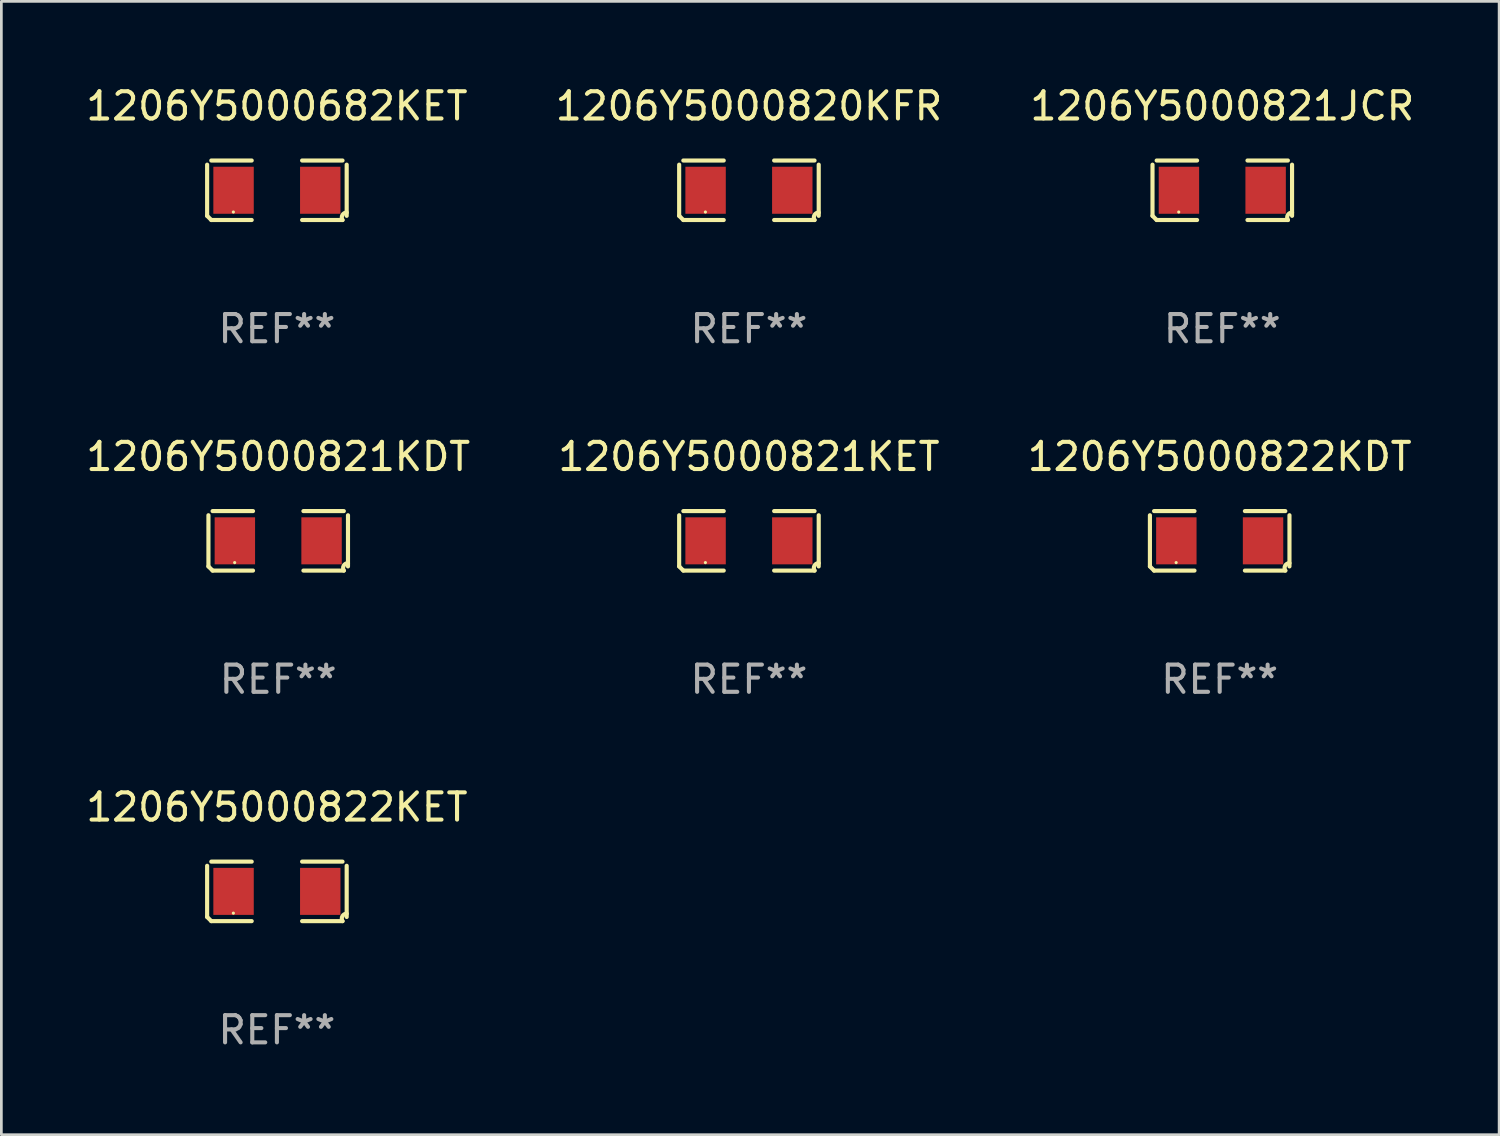
<source format=kicad_pcb>
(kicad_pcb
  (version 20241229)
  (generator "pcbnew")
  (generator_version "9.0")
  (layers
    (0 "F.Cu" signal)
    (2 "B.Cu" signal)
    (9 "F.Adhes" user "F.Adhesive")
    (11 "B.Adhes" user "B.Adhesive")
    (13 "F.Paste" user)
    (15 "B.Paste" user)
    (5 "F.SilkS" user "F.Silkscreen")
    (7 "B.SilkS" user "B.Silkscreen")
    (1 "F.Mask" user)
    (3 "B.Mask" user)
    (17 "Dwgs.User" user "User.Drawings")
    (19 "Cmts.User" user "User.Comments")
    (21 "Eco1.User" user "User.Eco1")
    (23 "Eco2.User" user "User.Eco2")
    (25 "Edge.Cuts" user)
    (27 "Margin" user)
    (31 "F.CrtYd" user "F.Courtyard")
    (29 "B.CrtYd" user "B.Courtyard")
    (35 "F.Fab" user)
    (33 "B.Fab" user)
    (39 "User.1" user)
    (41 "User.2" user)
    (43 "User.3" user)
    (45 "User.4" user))
  (footprint "1206Y5000821KET"
    (layer "F.Cu")
    (at 24.47 16.823)
    (property "Reference" "1206Y5000821KET" (at 0 -3.093 0) (layer "F.SilkS") (effects (font (size 1 1) (thickness 0.15))))
    (attr through_hole)
    (fp_line (start -2.564 0.94) (end -2.564 -0.94) (stroke (width 0.152) (type solid)) (layer "F.SilkS"))
    (fp_line (start -2.411 -1.093) (end -0.926 -1.093) (stroke (width 0.152) (type solid)) (layer "F.SilkS"))
    (fp_line (start -0.926 1.093) (end -2.411 1.093) (stroke (width 0.152) (type solid)) (layer "F.SilkS"))
    (fp_line (start 0.926 1.093) (end 2.411 1.093) (stroke (width 0.152) (type solid)) (layer "F.SilkS"))
    (fp_line (start 2.411 -1.093) (end 0.926 -1.093) (stroke (width 0.152) (type solid)) (layer "F.SilkS"))
    (fp_line (start 2.564 0.94) (end 2.564 -0.94) (stroke (width 0.152) (type solid)) (layer "F.SilkS"))
    (fp_arc (start -2.411201 1.092609) (mid -2.487413 1.01642) (end -2.563602 0.940208) (stroke (width 0.1524) (type solid)) (layer "F.SilkS"))
    (fp_arc (start 2.411201 1.092609) (mid 2.407159 0.911226) (end 2.563602 0.819347) (stroke (width 0.1524) (type solid)) (layer "F.SilkS"))
    (fp_circle (center -1.6 0.8) (end -1.57 0.8) (stroke (width 0.06) (type solid)) (fill no) (layer "F.SilkS"))
    (fp_text user "REF**" (at 0 5.093 0) (layer "F.Fab") (effects (font (size 1 1) (thickness 0.15))))
    (pad "1" smd rect (at -1.593 0) (size 1.485 1.728) (layers "F.Cu" "F.Mask" "F.Paste"))
    (pad "2" smd rect (at 1.593 0) (size 1.485 1.728) (layers "F.Cu" "F.Mask" "F.Paste")))
  (footprint "1206Y5000682KET"
    (layer "F.Cu")
    (at 7.125 3.941)
    (property "Reference" "1206Y5000682KET" (at 0 -3.093 0) (layer "F.SilkS") (effects (font (size 1 1) (thickness 0.15))))
    (attr through_hole)
    (fp_line (start -2.564 0.94) (end -2.564 -0.94) (stroke (width 0.152) (type solid)) (layer "F.SilkS"))
    (fp_line (start -2.411 -1.093) (end -0.926 -1.093) (stroke (width 0.152) (type solid)) (layer "F.SilkS"))
    (fp_line (start -0.926 1.093) (end -2.411 1.093) (stroke (width 0.152) (type solid)) (layer "F.SilkS"))
    (fp_line (start 0.926 1.093) (end 2.411 1.093) (stroke (width 0.152) (type solid)) (layer "F.SilkS"))
    (fp_line (start 2.411 -1.093) (end 0.926 -1.093) (stroke (width 0.152) (type solid)) (layer "F.SilkS"))
    (fp_line (start 2.564 0.94) (end 2.564 -0.94) (stroke (width 0.152) (type solid)) (layer "F.SilkS"))
    (fp_arc (start -2.411201 1.092609) (mid -2.487413 1.01642) (end -2.563602 0.940208) (stroke (width 0.1524) (type solid)) (layer "F.SilkS"))
    (fp_arc (start 2.411201 1.092609) (mid 2.407159 0.911226) (end 2.563602 0.819347) (stroke (width 0.1524) (type solid)) (layer "F.SilkS"))
    (fp_circle (center -1.6 0.8) (end -1.57 0.8) (stroke (width 0.06) (type solid)) (fill no) (layer "F.SilkS"))
    (fp_text user "REF**" (at 0 5.093 0) (layer "F.Fab") (effects (font (size 1 1) (thickness 0.15))))
    (pad "1" smd rect (at -1.593 0) (size 1.485 1.728) (layers "F.Cu" "F.Mask" "F.Paste"))
    (pad "2" smd rect (at 1.593 0) (size 1.485 1.728) (layers "F.Cu" "F.Mask" "F.Paste")))
  (footprint "1206Y5000820KFR"
    (layer "F.Cu")
    (at 24.47 3.941)
    (property "Reference" "1206Y5000820KFR" (at 0 -3.093 0) (layer "F.SilkS") (effects (font (size 1 1) (thickness 0.15))))
    (attr through_hole)
    (fp_line (start -2.564 0.94) (end -2.564 -0.94) (stroke (width 0.152) (type solid)) (layer "F.SilkS"))
    (fp_line (start -2.411 -1.093) (end -0.926 -1.093) (stroke (width 0.152) (type solid)) (layer "F.SilkS"))
    (fp_line (start -0.926 1.093) (end -2.411 1.093) (stroke (width 0.152) (type solid)) (layer "F.SilkS"))
    (fp_line (start 0.926 1.093) (end 2.411 1.093) (stroke (width 0.152) (type solid)) (layer "F.SilkS"))
    (fp_line (start 2.411 -1.093) (end 0.926 -1.093) (stroke (width 0.152) (type solid)) (layer "F.SilkS"))
    (fp_line (start 2.564 0.94) (end 2.564 -0.94) (stroke (width 0.152) (type solid)) (layer "F.SilkS"))
    (fp_arc (start -2.411201 1.092609) (mid -2.487413 1.01642) (end -2.563602 0.940208) (stroke (width 0.1524) (type solid)) (layer "F.SilkS"))
    (fp_arc (start 2.411201 1.092609) (mid 2.407159 0.911226) (end 2.563602 0.819347) (stroke (width 0.1524) (type solid)) (layer "F.SilkS"))
    (fp_circle (center -1.6 0.8) (end -1.57 0.8) (stroke (width 0.06) (type solid)) (fill no) (layer "F.SilkS"))
    (fp_text user "REF**" (at 0 5.093 0) (layer "F.Fab") (effects (font (size 1 1) (thickness 0.15))))
    (pad "1" smd rect (at -1.593 0) (size 1.485 1.728) (layers "F.Cu" "F.Mask" "F.Paste"))
    (pad "2" smd rect (at 1.593 0) (size 1.485 1.728) (layers "F.Cu" "F.Mask" "F.Paste")))
  (footprint "1206Y5000821KDT"
    (layer "F.Cu")
    (at 7.173 16.823)
    (property "Reference" "1206Y5000821KDT" (at 0 -3.093 0) (layer "F.SilkS") (effects (font (size 1 1) (thickness 0.15))))
    (attr through_hole)
    (fp_line (start -2.564 0.94) (end -2.564 -0.94) (stroke (width 0.152) (type solid)) (layer "F.SilkS"))
    (fp_line (start -2.411 -1.093) (end -0.926 -1.093) (stroke (width 0.152) (type solid)) (layer "F.SilkS"))
    (fp_line (start -0.926 1.093) (end -2.411 1.093) (stroke (width 0.152) (type solid)) (layer "F.SilkS"))
    (fp_line (start 0.926 1.093) (end 2.411 1.093) (stroke (width 0.152) (type solid)) (layer "F.SilkS"))
    (fp_line (start 2.411 -1.093) (end 0.926 -1.093) (stroke (width 0.152) (type solid)) (layer "F.SilkS"))
    (fp_line (start 2.564 0.94) (end 2.564 -0.94) (stroke (width 0.152) (type solid)) (layer "F.SilkS"))
    (fp_arc (start -2.411201 1.092609) (mid -2.487413 1.01642) (end -2.563602 0.940208) (stroke (width 0.1524) (type solid)) (layer "F.SilkS"))
    (fp_arc (start 2.411201 1.092609) (mid 2.407159 0.911226) (end 2.563602 0.819347) (stroke (width 0.1524) (type solid)) (layer "F.SilkS"))
    (fp_circle (center -1.6 0.8) (end -1.57 0.8) (stroke (width 0.06) (type solid)) (fill no) (layer "F.SilkS"))
    (fp_text user "REF**" (at 0 5.093 0) (layer "F.Fab") (effects (font (size 1 1) (thickness 0.15))))
    (pad "1" smd rect (at -1.593 0) (size 1.485 1.728) (layers "F.Cu" "F.Mask" "F.Paste"))
    (pad "2" smd rect (at 1.593 0) (size 1.485 1.728) (layers "F.Cu" "F.Mask" "F.Paste")))
  (footprint "1206Y5000821JCR"
    (layer "F.Cu")
    (at 41.863 3.941)
    (property "Reference" "1206Y5000821JCR" (at 0 -3.093 0) (layer "F.SilkS") (effects (font (size 1 1) (thickness 0.15))))
    (attr through_hole)
    (fp_line (start -2.564 0.94) (end -2.564 -0.94) (stroke (width 0.152) (type solid)) (layer "F.SilkS"))
    (fp_line (start -2.411 -1.093) (end -0.926 -1.093) (stroke (width 0.152) (type solid)) (layer "F.SilkS"))
    (fp_line (start -0.926 1.093) (end -2.411 1.093) (stroke (width 0.152) (type solid)) (layer "F.SilkS"))
    (fp_line (start 0.926 1.093) (end 2.411 1.093) (stroke (width 0.152) (type solid)) (layer "F.SilkS"))
    (fp_line (start 2.411 -1.093) (end 0.926 -1.093) (stroke (width 0.152) (type solid)) (layer "F.SilkS"))
    (fp_line (start 2.564 0.94) (end 2.564 -0.94) (stroke (width 0.152) (type solid)) (layer "F.SilkS"))
    (fp_arc (start -2.411201 1.092609) (mid -2.487413 1.01642) (end -2.563602 0.940208) (stroke (width 0.1524) (type solid)) (layer "F.SilkS"))
    (fp_arc (start 2.411201 1.092609) (mid 2.407159 0.911226) (end 2.563602 0.819347) (stroke (width 0.1524) (type solid)) (layer "F.SilkS"))
    (fp_circle (center -1.6 0.8) (end -1.57 0.8) (stroke (width 0.06) (type solid)) (fill no) (layer "F.SilkS"))
    (fp_text user "REF**" (at 0 5.093 0) (layer "F.Fab") (effects (font (size 1 1) (thickness 0.15))))
    (pad "1" smd rect (at -1.593 0) (size 1.485 1.728) (layers "F.Cu" "F.Mask" "F.Paste"))
    (pad "2" smd rect (at 1.593 0) (size 1.485 1.728) (layers "F.Cu" "F.Mask" "F.Paste")))
  (footprint "1206Y5000822KDT"
    (layer "F.Cu")
    (at 41.768 16.823)
    (property "Reference" "1206Y5000822KDT" (at 0 -3.093 0) (layer "F.SilkS") (effects (font (size 1 1) (thickness 0.15))))
    (attr through_hole)
    (fp_line (start -2.564 0.94) (end -2.564 -0.94) (stroke (width 0.152) (type solid)) (layer "F.SilkS"))
    (fp_line (start -2.411 -1.093) (end -0.926 -1.093) (stroke (width 0.152) (type solid)) (layer "F.SilkS"))
    (fp_line (start -0.926 1.093) (end -2.411 1.093) (stroke (width 0.152) (type solid)) (layer "F.SilkS"))
    (fp_line (start 0.926 1.093) (end 2.411 1.093) (stroke (width 0.152) (type solid)) (layer "F.SilkS"))
    (fp_line (start 2.411 -1.093) (end 0.926 -1.093) (stroke (width 0.152) (type solid)) (layer "F.SilkS"))
    (fp_line (start 2.564 0.94) (end 2.564 -0.94) (stroke (width 0.152) (type solid)) (layer "F.SilkS"))
    (fp_arc (start -2.411201 1.092609) (mid -2.487413 1.01642) (end -2.563602 0.940208) (stroke (width 0.1524) (type solid)) (layer "F.SilkS"))
    (fp_arc (start 2.411201 1.092609) (mid 2.407159 0.911226) (end 2.563602 0.819347) (stroke (width 0.1524) (type solid)) (layer "F.SilkS"))
    (fp_circle (center -1.6 0.8) (end -1.57 0.8) (stroke (width 0.06) (type solid)) (fill no) (layer "F.SilkS"))
    (fp_text user "REF**" (at 0 5.093 0) (layer "F.Fab") (effects (font (size 1 1) (thickness 0.15))))
    (pad "1" smd rect (at -1.593 0) (size 1.485 1.728) (layers "F.Cu" "F.Mask" "F.Paste"))
    (pad "2" smd rect (at 1.593 0) (size 1.485 1.728) (layers "F.Cu" "F.Mask" "F.Paste")))
  (footprint "1206Y5000822KET"
    (layer "F.Cu")
    (at 7.125 29.704)
    (property "Reference" "1206Y5000822KET" (at 0 -3.093 0) (layer "F.SilkS") (effects (font (size 1 1) (thickness 0.15))))
    (attr through_hole)
    (fp_line (start -2.564 0.94) (end -2.564 -0.94) (stroke (width 0.152) (type solid)) (layer "F.SilkS"))
    (fp_line (start -2.411 -1.093) (end -0.926 -1.093) (stroke (width 0.152) (type solid)) (layer "F.SilkS"))
    (fp_line (start -0.926 1.093) (end -2.411 1.093) (stroke (width 0.152) (type solid)) (layer "F.SilkS"))
    (fp_line (start 0.926 1.093) (end 2.411 1.093) (stroke (width 0.152) (type solid)) (layer "F.SilkS"))
    (fp_line (start 2.411 -1.093) (end 0.926 -1.093) (stroke (width 0.152) (type solid)) (layer "F.SilkS"))
    (fp_line (start 2.564 0.94) (end 2.564 -0.94) (stroke (width 0.152) (type solid)) (layer "F.SilkS"))
    (fp_arc (start -2.411201 1.092609) (mid -2.487413 1.01642) (end -2.563602 0.940208) (stroke (width 0.1524) (type solid)) (layer "F.SilkS"))
    (fp_arc (start 2.411201 1.092609) (mid 2.407159 0.911226) (end 2.563602 0.819347) (stroke (width 0.1524) (type solid)) (layer "F.SilkS"))
    (fp_circle (center -1.6 0.8) (end -1.57 0.8) (stroke (width 0.06) (type solid)) (fill no) (layer "F.SilkS"))
    (fp_text user "REF**" (at 0 5.093 0) (layer "F.Fab") (effects (font (size 1 1) (thickness 0.15))))
    (pad "1" smd rect (at -1.593 0) (size 1.485 1.728) (layers "F.Cu" "F.Mask" "F.Paste"))
    (pad "2" smd rect (at 1.593 0) (size 1.485 1.728) (layers "F.Cu" "F.Mask" "F.Paste")))
  (gr_rect
    (start -3 -3)
    (end 52.036 38.645)
    (stroke (width 0.1) (type default))
    (fill no)
    (layer "Edge.Cuts")))
</source>
